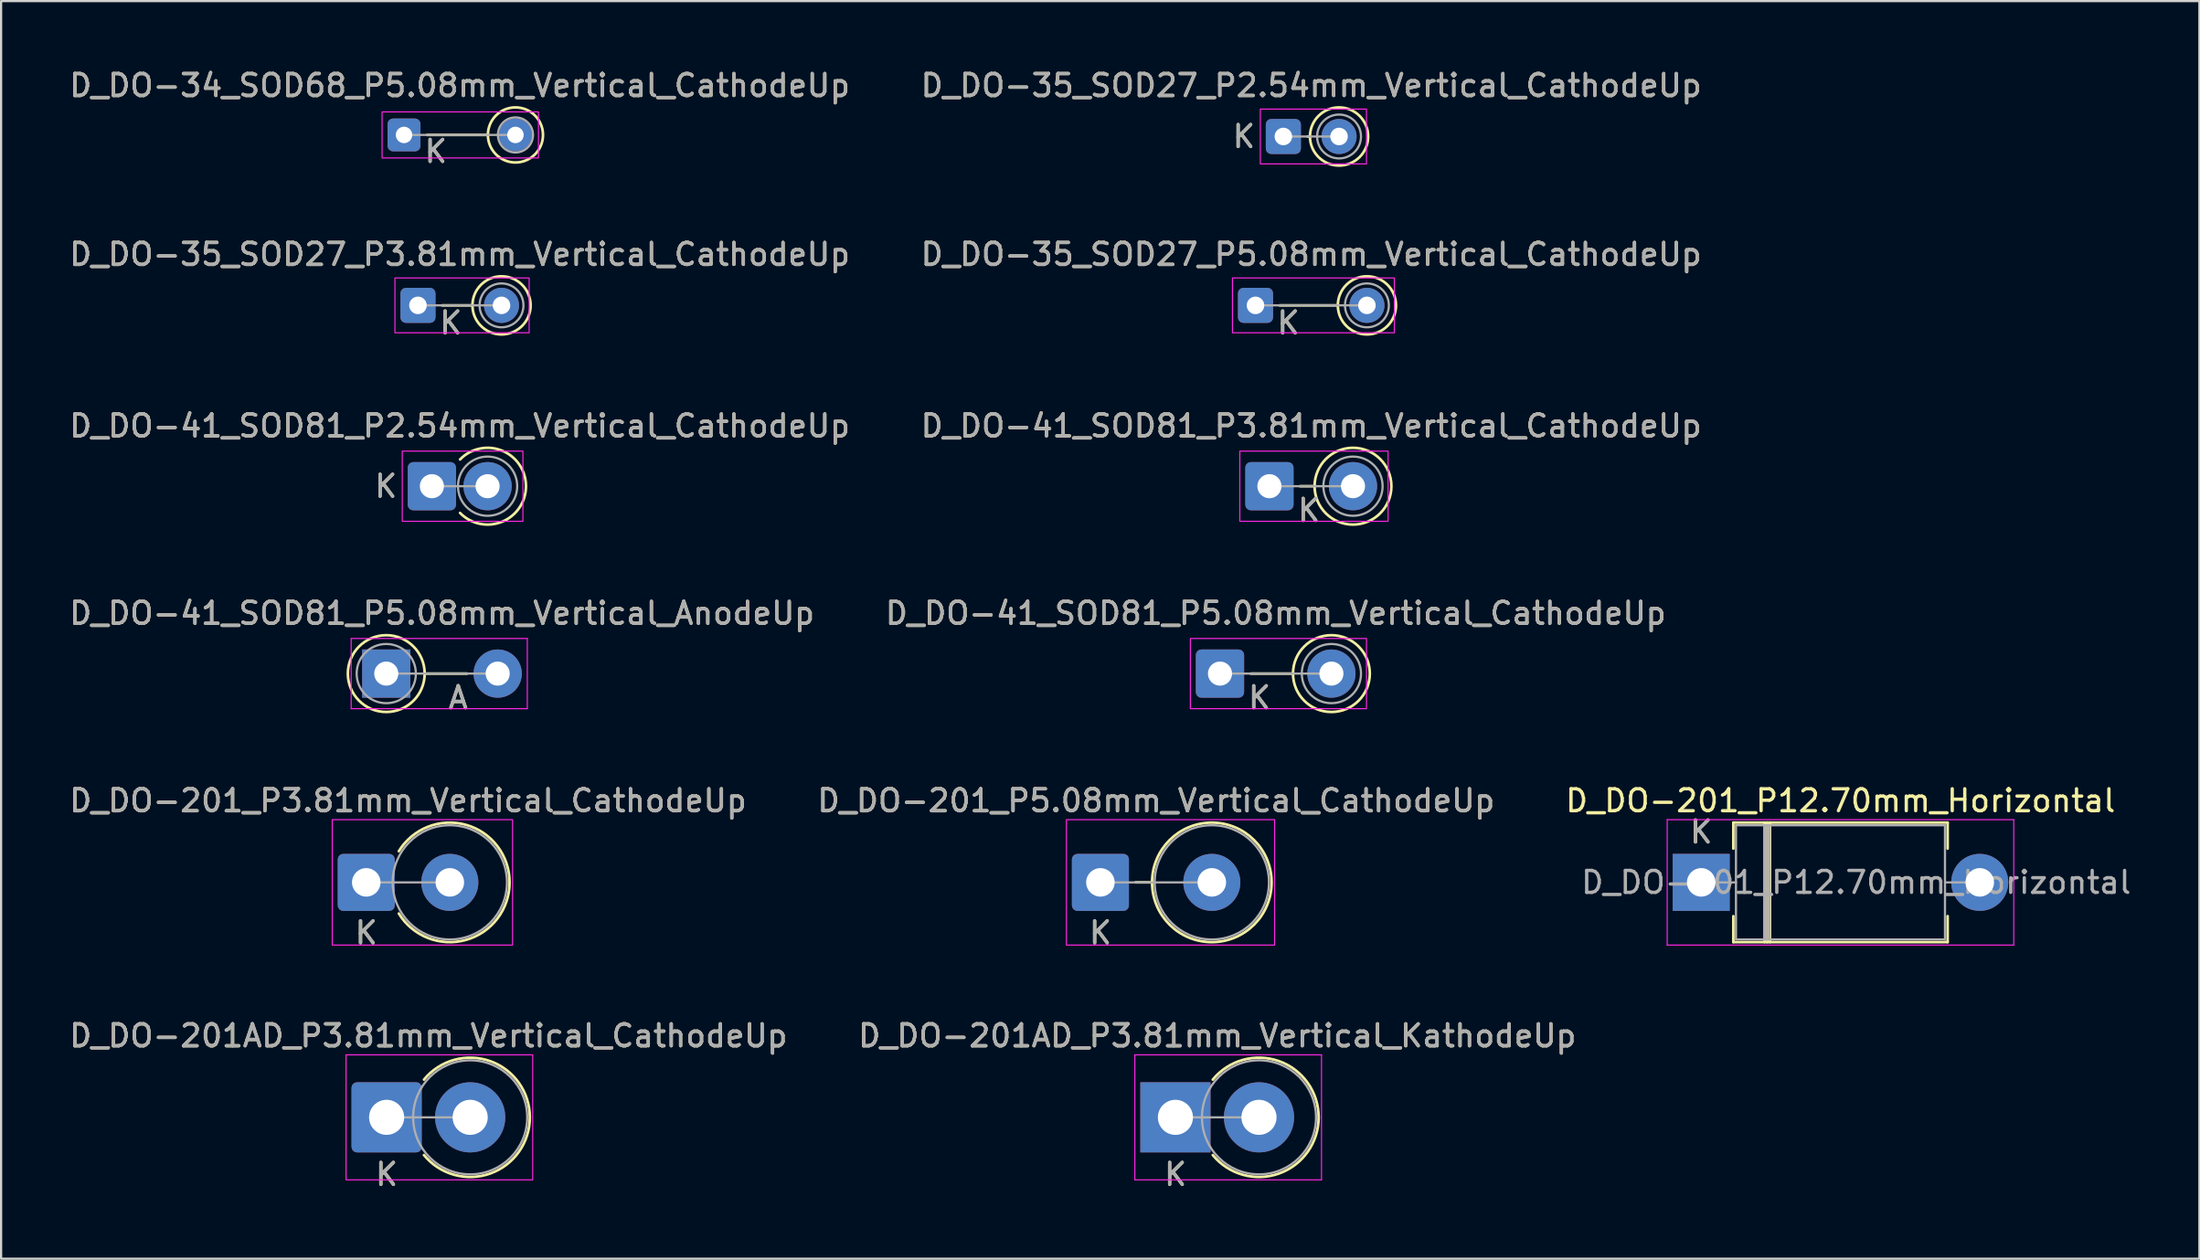
<source format=kicad_pcb>
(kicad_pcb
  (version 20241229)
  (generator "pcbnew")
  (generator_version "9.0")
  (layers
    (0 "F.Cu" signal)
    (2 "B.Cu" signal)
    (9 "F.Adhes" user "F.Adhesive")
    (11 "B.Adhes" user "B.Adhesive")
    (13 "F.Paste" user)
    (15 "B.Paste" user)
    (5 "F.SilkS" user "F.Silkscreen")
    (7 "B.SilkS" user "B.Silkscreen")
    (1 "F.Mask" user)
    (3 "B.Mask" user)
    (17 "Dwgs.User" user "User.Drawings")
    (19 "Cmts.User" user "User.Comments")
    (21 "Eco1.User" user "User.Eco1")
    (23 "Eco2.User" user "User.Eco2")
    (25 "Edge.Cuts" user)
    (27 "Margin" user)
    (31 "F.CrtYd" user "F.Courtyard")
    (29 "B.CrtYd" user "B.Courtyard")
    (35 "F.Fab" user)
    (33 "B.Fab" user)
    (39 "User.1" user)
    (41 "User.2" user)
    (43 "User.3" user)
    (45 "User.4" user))
  (footprint "D_DO-41_SOD81_P3.81mm_Vertical_CathodeUp"
    (layer "F.Cu")
    (at 54.827 19.124)
    (property "Reference" "D_DO-41_SOD81_P3.81mm_Vertical_CathodeUp" (at 1.905 -2.751 0) (layer "F.SilkS") (effects (font (size 1 1) (thickness 0.15))))
    (attr through_hole)
    (fp_line (start 2.059 0) (end 1.4 0) (stroke (width 0.12) (type solid)) (layer "F.SilkS"))
    (fp_circle (center 3.81 0) (end 5.561 0) (stroke (width 0.12) (type solid)) (fill no) (layer "F.SilkS"))
    (fp_rect (start -1.35 -1.6) (end 5.41 1.6) (stroke (width 0.05) (type solid)) (fill no) (layer "F.CrtYd"))
    (fp_line (start 0 0) (end 3.81 0) (stroke (width 0.1) (type solid)) (layer "F.Fab"))
    (fp_circle (center 3.81 0) (end 5.16 0) (stroke (width 0.1) (type solid)) (fill no) (layer "F.Fab"))
    (fp_text user "K" (at 1.8 1.1 0) (layer "F.SilkS") (effects (font (size 1 1) (thickness 0.15))))
    (fp_text user "K" (at 1.8 1.1 0) (layer "F.Fab") (effects (font (size 1 1) (thickness 0.15))))
    (fp_text user "${REFERENCE}" (at 1.905 -2.751 0) (layer "F.Fab") (effects (font (size 1 1) (thickness 0.15))))
    (pad "1" thru_hole roundrect (at 0 0) (size 2.2 2.2) (drill 1.1) (layers "*.Cu" "*.Mask") (roundrect_rratio 0.114))
    (pad "2" thru_hole circle (at 3.81 0) (size 2.2 2.2) (drill 1.1) (layers "*.Cu" "*.Mask")))
  (footprint "D_DO-41_SOD81_P2.54mm_Vertical_CathodeUp"
    (layer "F.Cu")
    (at 16.641 19.124)
    (property "Reference" "D_DO-41_SOD81_P2.54mm_Vertical_CathodeUp" (at 1.27 -2.751 0) (layer "F.SilkS") (effects (font (size 1 1) (thickness 0.15))))
    (attr through_hole)
    (fp_arc (start 1.284483 -1.22) (mid 4.290635 0) (end 1.284483 1.22) (stroke (width 0.12) (type solid)) (layer "F.SilkS"))
    (fp_rect (start -1.35 -1.6) (end 4.15 1.6) (stroke (width 0.05) (type solid)) (fill no) (layer "F.CrtYd"))
    (fp_line (start 0 0) (end 2.54 0) (stroke (width 0.1) (type solid)) (layer "F.Fab"))
    (fp_circle (center 2.54 0) (end 3.89 0) (stroke (width 0.1) (type solid)) (fill no) (layer "F.Fab"))
    (fp_text user "K" (at -2.1 0 0) (layer "F.SilkS") (effects (font (size 1 1) (thickness 0.15))))
    (fp_text user "K" (at -2.1 0 0) (layer "F.Fab") (effects (font (size 1 1) (thickness 0.15))))
    (fp_text user "${REFERENCE}" (at 1.27 -2.751 0) (layer "F.Fab") (effects (font (size 1 1) (thickness 0.15))))
    (pad "1" thru_hole roundrect (at 0 0) (size 2.2 2.2) (drill 1.1) (layers "*.Cu" "*.Mask") (roundrect_rratio 0.114))
    (pad "2" thru_hole circle (at 2.54 0) (size 2.2 2.2) (drill 1.1) (layers "*.Cu" "*.Mask")))
  (footprint "D_DO-41_SOD81_P5.08mm_Vertical_AnodeUp"
    (layer "F.Cu")
    (at 14.561 27.671)
    (property "Reference" "D_DO-41_SOD81_P5.08mm_Vertical_AnodeUp" (at 2.54 -2.751 0) (layer "F.SilkS") (effects (font (size 1 1) (thickness 0.15))))
    (attr through_hole)
    (fp_line (start 1.751 0) (end 3.68 0) (stroke (width 0.12) (type solid)) (layer "F.SilkS"))
    (fp_circle (center 0 0) (end 1.751 0) (stroke (width 0.12) (type solid)) (fill no) (layer "F.SilkS"))
    (fp_line (start -1.6 -1.6) (end -1.6 1.6) (stroke (width 0.05) (type solid)) (layer "F.CrtYd"))
    (fp_line (start -1.6 1.6) (end 6.43 1.6) (stroke (width 0.05) (type solid)) (layer "F.CrtYd"))
    (fp_line (start 6.43 -1.6) (end -1.6 -1.6) (stroke (width 0.05) (type solid)) (layer "F.CrtYd"))
    (fp_line (start 6.43 1.6) (end 6.43 -1.6) (stroke (width 0.05) (type solid)) (layer "F.CrtYd"))
    (fp_line (start 0 0) (end 5.08 0) (stroke (width 0.1) (type solid)) (layer "F.Fab"))
    (fp_circle (center 0 0) (end 1.35 0) (stroke (width 0.1) (type solid)) (fill no) (layer "F.Fab"))
    (fp_text user "A" (at 3.28 1.1 0) (layer "F.SilkS") (effects (font (size 1 1) (thickness 0.15))))
    (fp_text user "A" (at 3.28 1.1 0) (layer "F.Fab") (effects (font (size 1 1) (thickness 0.15))))
    (fp_text user "${REFERENCE}" (at 2.54 -2.751 0) (layer "F.Fab") (effects (font (size 1 1) (thickness 0.15))))
    (pad "1" thru_hole rect (at 0 0) (size 2.2 2.2) (drill 1.1) (layers "*.Cu" "*.Mask"))
    (pad "2" thru_hole oval (at 5.08 0) (size 2.2 2.2) (drill 1.1) (layers "*.Cu" "*.Mask")))
  (footprint "D_DO-41_SOD81_P5.08mm_Vertical_CathodeUp"
    (layer "F.Cu")
    (at 52.573 27.671)
    (property "Reference" "D_DO-41_SOD81_P5.08mm_Vertical_CathodeUp" (at 2.54 -2.751 0) (layer "F.SilkS") (effects (font (size 1 1) (thickness 0.15))))
    (attr through_hole)
    (fp_line (start 3.329 0) (end 1.4 0) (stroke (width 0.12) (type solid)) (layer "F.SilkS"))
    (fp_circle (center 5.08 0) (end 6.831 0) (stroke (width 0.12) (type solid)) (fill no) (layer "F.SilkS"))
    (fp_rect (start -1.35 -1.6) (end 6.68 1.6) (stroke (width 0.05) (type solid)) (fill no) (layer "F.CrtYd"))
    (fp_line (start 0 0) (end 5.08 0) (stroke (width 0.1) (type solid)) (layer "F.Fab"))
    (fp_circle (center 5.08 0) (end 6.43 0) (stroke (width 0.1) (type solid)) (fill no) (layer "F.Fab"))
    (fp_text user "K" (at 1.8 1.1 0) (layer "F.SilkS") (effects (font (size 1 1) (thickness 0.15))))
    (fp_text user "${REFERENCE}" (at 2.54 -2.751 0) (layer "F.Fab") (effects (font (size 1 1) (thickness 0.15))))
    (fp_text user "K" (at 1.8 1.1 0) (layer "F.Fab") (effects (font (size 1 1) (thickness 0.15))))
    (pad "1" thru_hole roundrect (at 0 0) (size 2.2 2.2) (drill 1.1) (layers "*.Cu" "*.Mask") (roundrect_rratio 0.114))
    (pad "2" thru_hole circle (at 5.08 0) (size 2.2 2.2) (drill 1.1) (layers "*.Cu" "*.Mask")))
  (footprint "D_DO-35_SOD27_P5.08mm_Vertical_CathodeUp"
    (layer "F.Cu")
    (at 54.192 10.877)
    (property "Reference" "D_DO-35_SOD27_P5.08mm_Vertical_CathodeUp" (at 2.54 -2.326 0) (layer "F.SilkS") (effects (font (size 1 1) (thickness 0.15))))
    (attr through_hole)
    (fp_line (start 3.754 0) (end 1.1 0) (stroke (width 0.12) (type solid)) (layer "F.SilkS"))
    (fp_circle (center 5.08 0) (end 6.406 0) (stroke (width 0.12) (type solid)) (fill no) (layer "F.SilkS"))
    (fp_rect (start -1.05 -1.25) (end 6.33 1.25) (stroke (width 0.05) (type solid)) (fill no) (layer "F.CrtYd"))
    (fp_line (start 0 0) (end 5.08 0) (stroke (width 0.1) (type solid)) (layer "F.Fab"))
    (fp_circle (center 5.08 0) (end 6.08 0) (stroke (width 0.1) (type solid)) (fill no) (layer "F.Fab"))
    (fp_text user "K" (at 1.5 0.8 0) (layer "F.SilkS") (effects (font (size 1 1) (thickness 0.15))))
    (fp_text user "K" (at 1.5 0.8 0) (layer "F.Fab") (effects (font (size 1 1) (thickness 0.15))))
    (fp_text user "${REFERENCE}" (at 2.54 -2.326 0) (layer "F.Fab") (effects (font (size 1 1) (thickness 0.15))))
    (pad "1" thru_hole roundrect (at 0 0) (size 1.6 1.6) (drill 0.8) (layers "*.Cu" "*.Mask") (roundrect_rratio 0.156))
    (pad "2" thru_hole circle (at 5.08 0) (size 1.6 1.6) (drill 0.8) (layers "*.Cu" "*.Mask")))
  (footprint "D_DO-201AD_P3.81mm_Vertical_KathodeUp"
    (layer "F.Cu")
    (at 50.541 47.909)
    (property "Reference" "D_DO-201AD_P3.81mm_Vertical_KathodeUp" (at 1.905 -3.72 0) (layer "F.SilkS") (effects (font (size 1 1) (thickness 0.15))))
    (attr through_hole)
    (fp_arc (start 1.702869 -1.72) (mid 6.53 0) (end 1.702869 1.72) (stroke (width 0.12) (type solid)) (layer "F.SilkS"))
    (fp_line (start -1.85 -2.85) (end -1.85 2.85) (stroke (width 0.05) (type solid)) (layer "F.CrtYd"))
    (fp_line (start -1.85 2.85) (end 6.66 2.85) (stroke (width 0.05) (type solid)) (layer "F.CrtYd"))
    (fp_line (start 6.66 -2.85) (end -1.85 -2.85) (stroke (width 0.05) (type solid)) (layer "F.CrtYd"))
    (fp_line (start 6.66 2.85) (end 6.66 -2.85) (stroke (width 0.05) (type solid)) (layer "F.CrtYd"))
    (fp_line (start 0 0) (end 3.81 0) (stroke (width 0.1) (type solid)) (layer "F.Fab"))
    (fp_circle (center 3.81 0) (end 6.41 0) (stroke (width 0.1) (type solid)) (fill no) (layer "F.Fab"))
    (fp_text user "K" (at 0 2.6 0) (layer "F.SilkS") (effects (font (size 1 1) (thickness 0.15))))
    (fp_text user "K" (at 0 2.6 0) (layer "F.Fab") (effects (font (size 1 1) (thickness 0.15))))
    (fp_text user "${REFERENCE}" (at 1.905 -3.72 0) (layer "F.Fab") (effects (font (size 1 1) (thickness 0.15))))
    (pad "1" thru_hole rect (at 0 0) (size 3.2 3.2) (drill 1.6) (layers "*.Cu" "*.Mask"))
    (pad "2" thru_hole circle (at 3.81 0) (size 3.2 3.2) (drill 1.6) (layers "*.Cu" "*.Mask")))
  (footprint "D_DO-35_SOD27_P2.54mm_Vertical_CathodeUp"
    (layer "F.Cu")
    (at 55.462 3.175)
    (property "Reference" "D_DO-35_SOD27_P2.54mm_Vertical_CathodeUp" (at 1.27 -2.326 0) (layer "F.SilkS") (effects (font (size 1 1) (thickness 0.15))))
    (attr through_hole)
    (fp_line (start 1.214 0) (end 1.1 0) (stroke (width 0.12) (type solid)) (layer "F.SilkS"))
    (fp_circle (center 2.54 0) (end 3.866 0) (stroke (width 0.12) (type solid)) (fill no) (layer "F.SilkS"))
    (fp_rect (start -1.05 -1.25) (end 3.79 1.25) (stroke (width 0.05) (type solid)) (fill no) (layer "F.CrtYd"))
    (fp_line (start 0 0) (end 2.54 0) (stroke (width 0.1) (type solid)) (layer "F.Fab"))
    (fp_circle (center 2.54 0) (end 3.54 0) (stroke (width 0.1) (type solid)) (fill no) (layer "F.Fab"))
    (fp_text user "K" (at -1.8 0 0) (layer "F.SilkS") (effects (font (size 1 1) (thickness 0.15))))
    (fp_text user "${REFERENCE}" (at 1.27 -2.326 0) (layer "F.Fab") (effects (font (size 1 1) (thickness 0.15))))
    (fp_text user "K" (at -1.8 0 0) (layer "F.Fab") (effects (font (size 1 1) (thickness 0.15))))
    (pad "1" thru_hole roundrect (at 0 0) (size 1.6 1.6) (drill 0.8) (layers "*.Cu" "*.Mask") (roundrect_rratio 0.156))
    (pad "2" thru_hole circle (at 2.54 0) (size 1.6 1.6) (drill 0.8) (layers "*.Cu" "*.Mask")))
  (footprint "D_DO-201AD_P3.81mm_Vertical_CathodeUp"
    (layer "F.Cu")
    (at 14.577 47.909)
    (property "Reference" "D_DO-201AD_P3.81mm_Vertical_CathodeUp" (at 1.905 -3.72 0) (layer "F.SilkS") (effects (font (size 1 1) (thickness 0.15))))
    (attr through_hole)
    (fp_arc (start 1.702869 -1.72) (mid 6.53 0) (end 1.702869 1.72) (stroke (width 0.12) (type solid)) (layer "F.SilkS"))
    (fp_rect (start -1.85 -2.85) (end 6.66 2.85) (stroke (width 0.05) (type solid)) (fill no) (layer "F.CrtYd"))
    (fp_line (start 0 0) (end 3.81 0) (stroke (width 0.1) (type solid)) (layer "F.Fab"))
    (fp_circle (center 3.81 0) (end 6.41 0) (stroke (width 0.1) (type solid)) (fill no) (layer "F.Fab"))
    (fp_text user "K" (at 0 2.6 0) (layer "F.SilkS") (effects (font (size 1 1) (thickness 0.15))))
    (fp_text user "K" (at 0 2.6 0) (layer "F.Fab") (effects (font (size 1 1) (thickness 0.15))))
    (fp_text user "${REFERENCE}" (at 1.905 -3.72 0) (layer "F.Fab") (effects (font (size 1 1) (thickness 0.15))))
    (pad "1" thru_hole roundrect (at 0 0) (size 3.2 3.2) (drill 1.6) (layers "*.Cu" "*.Mask") (roundrect_rratio 0.078))
    (pad "2" thru_hole circle (at 3.81 0) (size 3.2 3.2) (drill 1.6) (layers "*.Cu" "*.Mask")))
  (footprint "D_DO-35_SOD27_P3.81mm_Vertical_CathodeUp"
    (layer "F.Cu")
    (at 16.006 10.877)
    (property "Reference" "D_DO-35_SOD27_P3.81mm_Vertical_CathodeUp" (at 1.905 -2.326 0) (layer "F.SilkS") (effects (font (size 1 1) (thickness 0.15))))
    (attr through_hole)
    (fp_line (start 2.484 0) (end 1.1 0) (stroke (width 0.12) (type solid)) (layer "F.SilkS"))
    (fp_circle (center 3.81 0) (end 5.136 0) (stroke (width 0.12) (type solid)) (fill no) (layer "F.SilkS"))
    (fp_rect (start -1.05 -1.25) (end 5.07 1.25) (stroke (width 0.05) (type solid)) (fill no) (layer "F.CrtYd"))
    (fp_line (start 0 0) (end 3.81 0) (stroke (width 0.1) (type solid)) (layer "F.Fab"))
    (fp_circle (center 3.81 0) (end 4.81 0) (stroke (width 0.1) (type solid)) (fill no) (layer "F.Fab"))
    (fp_text user "K" (at 1.5 0.8 0) (layer "F.SilkS") (effects (font (size 1 1) (thickness 0.15))))
    (fp_text user "${REFERENCE}" (at 1.905 -2.326 0) (layer "F.Fab") (effects (font (size 1 1) (thickness 0.15))))
    (fp_text user "K" (at 1.5 0.8 0) (layer "F.Fab") (effects (font (size 1 1) (thickness 0.15))))
    (pad "1" thru_hole roundrect (at 0 0) (size 1.6 1.6) (drill 0.8) (layers "*.Cu" "*.Mask") (roundrect_rratio 0.156))
    (pad "2" thru_hole circle (at 3.81 0) (size 1.6 1.6) (drill 0.8) (layers "*.Cu" "*.Mask")))
  (footprint "D_DO-34_SOD68_P5.08mm_Vertical_CathodeUp"
    (layer "F.Cu")
    (at 15.371 3.104)
    (property "Reference" "D_DO-34_SOD68_P5.08mm_Vertical_CathodeUp" (at 2.54 -2.256 0) (layer "F.SilkS") (effects (font (size 1 1) (thickness 0.15))))
    (attr through_hole)
    (fp_line (start 3.824 0) (end 1.05 0) (stroke (width 0.12) (type solid)) (layer "F.SilkS"))
    (fp_circle (center 5.08 0) (end 6.336 0) (stroke (width 0.12) (type solid)) (fill no) (layer "F.SilkS"))
    (fp_rect (start -1 -1.05) (end 6.13 1.05) (stroke (width 0.05) (type solid)) (fill no) (layer "F.CrtYd"))
    (fp_line (start 0 0) (end 5.08 0) (stroke (width 0.1) (type solid)) (layer "F.Fab"))
    (fp_circle (center 5.08 0) (end 5.88 0) (stroke (width 0.1) (type solid)) (fill no) (layer "F.Fab"))
    (fp_text user "K" (at 1.45 0.75 0) (layer "F.SilkS") (effects (font (size 1 1) (thickness 0.15))))
    (fp_text user "${REFERENCE}" (at 2.54 -2.256 0) (layer "F.Fab") (effects (font (size 1 1) (thickness 0.15))))
    (fp_text user "K" (at 1.45 0.75 0) (layer "F.Fab") (effects (font (size 1 1) (thickness 0.15))))
    (pad "1" thru_hole roundrect (at 0 0) (size 1.5 1.5) (drill 0.75) (layers "*.Cu" "*.Mask") (roundrect_rratio 0.167))
    (pad "2" thru_hole circle (at 5.08 0) (size 1.5 1.5) (drill 0.75) (layers "*.Cu" "*.Mask")))
  (footprint "D_DO-201_P5.08mm_Vertical_CathodeUp"
    (layer "F.Cu")
    (at 47.121 37.193)
    (property "Reference" "D_DO-201_P5.08mm_Vertical_CathodeUp" (at 2.54 -3.725 0) (layer "F.SilkS") (effects (font (size 1 1) (thickness 0.15))))
    (attr through_hole)
    (fp_line (start 2.355 0) (end 1.6 0) (stroke (width 0.12) (type solid)) (layer "F.SilkS"))
    (fp_circle (center 5.08 0) (end 7.805 0) (stroke (width 0.12) (type solid)) (fill no) (layer "F.SilkS"))
    (fp_rect (start -1.55 -2.86) (end 7.94 2.86) (stroke (width 0.05) (type solid)) (fill no) (layer "F.CrtYd"))
    (fp_line (start 0 0) (end 5.08 0) (stroke (width 0.1) (type solid)) (layer "F.Fab"))
    (fp_circle (center 5.08 0) (end 7.685 0) (stroke (width 0.1) (type solid)) (fill no) (layer "F.Fab"))
    (fp_text user "K" (at 0 2.3 0) (layer "F.SilkS") (effects (font (size 1 1) (thickness 0.15))))
    (fp_text user "${REFERENCE}" (at 2.54 -3.725 0) (layer "F.Fab") (effects (font (size 1 1) (thickness 0.15))))
    (fp_text user "K" (at 0 2.3 0) (layer "F.Fab") (effects (font (size 1 1) (thickness 0.15))))
    (pad "1" thru_hole roundrect (at 0 0) (size 2.6 2.6) (drill 1.3) (layers "*.Cu" "*.Mask") (roundrect_rratio 0.096))
    (pad "2" thru_hole circle (at 5.08 0) (size 2.6 2.6) (drill 1.3) (layers "*.Cu" "*.Mask")))
  (footprint "D_DO-201_P3.81mm_Vertical_CathodeUp"
    (layer "F.Cu")
    (at 13.649 37.193)
    (property "Reference" "D_DO-201_P3.81mm_Vertical_CathodeUp" (at 1.905 -3.725 0) (layer "F.SilkS") (effects (font (size 1 1) (thickness 0.15))))
    (attr through_hole)
    (fp_arc (start 1.484226 -1.42) (mid 6.535 0) (end 1.484226 1.42) (stroke (width 0.12) (type solid)) (layer "F.SilkS"))
    (fp_rect (start -1.55 -2.86) (end 6.67 2.86) (stroke (width 0.05) (type solid)) (fill no) (layer "F.CrtYd"))
    (fp_line (start 0 0) (end 3.81 0) (stroke (width 0.1) (type solid)) (layer "F.Fab"))
    (fp_circle (center 3.81 0) (end 6.415 0) (stroke (width 0.1) (type solid)) (fill no) (layer "F.Fab"))
    (fp_text user "K" (at 0 2.3 0) (layer "F.SilkS") (effects (font (size 1 1) (thickness 0.15))))
    (fp_text user "${REFERENCE}" (at 1.905 -3.725 0) (layer "F.Fab") (effects (font (size 1 1) (thickness 0.15))))
    (fp_text user "K" (at 0 2.3 0) (layer "F.Fab") (effects (font (size 1 1) (thickness 0.15))))
    (pad "1" thru_hole roundrect (at 0 0) (size 2.6 2.6) (drill 1.3) (layers "*.Cu" "*.Mask") (roundrect_rratio 0.096))
    (pad "2" thru_hole circle (at 3.81 0) (size 2.6 2.6) (drill 1.3) (layers "*.Cu" "*.Mask")))
  (footprint "D_DO-201_P12.70mm_Horizontal"
    (layer "F.Cu")
    (at 74.513 37.193)
    (property "Reference" "D_DO-201_P12.70mm_Horizontal" (at 6.35 -3.725 0) (layer "F.SilkS") (effects (font (size 1 1) (thickness 0.15))))
    (attr through_hole)
    (fp_line (start 1.465 -2.725) (end 11.235 -2.725) (stroke (width 0.12) (type solid)) (layer "F.SilkS"))
    (fp_line (start 1.465 -1.54) (end 1.465 -2.725) (stroke (width 0.12) (type solid)) (layer "F.SilkS"))
    (fp_line (start 1.465 1.54) (end 1.465 2.725) (stroke (width 0.12) (type solid)) (layer "F.SilkS"))
    (fp_line (start 1.465 2.725) (end 11.235 2.725) (stroke (width 0.12) (type solid)) (layer "F.SilkS"))
    (fp_line (start 2.894 -2.725) (end 2.894 2.725) (stroke (width 0.12) (type solid)) (layer "F.SilkS"))
    (fp_line (start 3.014 -2.725) (end 3.014 2.725) (stroke (width 0.12) (type solid)) (layer "F.SilkS"))
    (fp_line (start 3.135 -2.725) (end 3.135 2.725) (stroke (width 0.12) (type solid)) (layer "F.SilkS"))
    (fp_line (start 11.235 -2.725) (end 11.235 -1.54) (stroke (width 0.12) (type solid)) (layer "F.SilkS"))
    (fp_line (start 11.235 2.725) (end 11.235 1.54) (stroke (width 0.12) (type solid)) (layer "F.SilkS"))
    (fp_line (start -1.55 -2.86) (end -1.55 2.86) (stroke (width 0.05) (type solid)) (layer "F.CrtYd"))
    (fp_line (start -1.55 2.86) (end 14.25 2.86) (stroke (width 0.05) (type solid)) (layer "F.CrtYd"))
    (fp_line (start 14.25 -2.86) (end -1.55 -2.86) (stroke (width 0.05) (type solid)) (layer "F.CrtYd"))
    (fp_line (start 14.25 2.86) (end 14.25 -2.86) (stroke (width 0.05) (type solid)) (layer "F.CrtYd"))
    (fp_line (start 0 0) (end 1.585 0) (stroke (width 0.1) (type solid)) (layer "F.Fab"))
    (fp_line (start 1.585 -2.605) (end 1.585 2.605) (stroke (width 0.1) (type solid)) (layer "F.Fab"))
    (fp_line (start 1.585 2.605) (end 11.115 2.605) (stroke (width 0.1) (type solid)) (layer "F.Fab"))
    (fp_line (start 2.914 -2.605) (end 2.914 2.605) (stroke (width 0.1) (type solid)) (layer "F.Fab"))
    (fp_line (start 3.014 -2.605) (end 3.014 2.605) (stroke (width 0.1) (type solid)) (layer "F.Fab"))
    (fp_line (start 3.115 -2.605) (end 3.115 2.605) (stroke (width 0.1) (type solid)) (layer "F.Fab"))
    (fp_line (start 11.115 -2.605) (end 1.585 -2.605) (stroke (width 0.1) (type solid)) (layer "F.Fab"))
    (fp_line (start 11.115 2.605) (end 11.115 -2.605) (stroke (width 0.1) (type solid)) (layer "F.Fab"))
    (fp_line (start 12.7 0) (end 11.115 0) (stroke (width 0.1) (type solid)) (layer "F.Fab"))
    (fp_text user "K" (at 0 -2.3 0) (layer "F.SilkS") (effects (font (size 1 1) (thickness 0.15))))
    (fp_text user "K" (at 0 -2.3 0) (layer "F.Fab") (effects (font (size 1 1) (thickness 0.15))))
    (fp_text user "${REFERENCE}" (at 7.065 0 0) (layer "F.Fab") (effects (font (size 1 1) (thickness 0.15))))
    (pad "1" thru_hole rect (at 0 0) (size 2.6 2.6) (drill 1.3) (layers "*.Cu" "*.Mask"))
    (pad "2" thru_hole circle (at 12.7 0) (size 2.6 2.6) (drill 1.3) (layers "*.Cu" "*.Mask")))
  (gr_rect
    (start -3 -3)
    (end 97.227 54.357)
    (stroke (width 0.1) (type default))
    (fill no)
    (layer "Edge.Cuts")))
</source>
